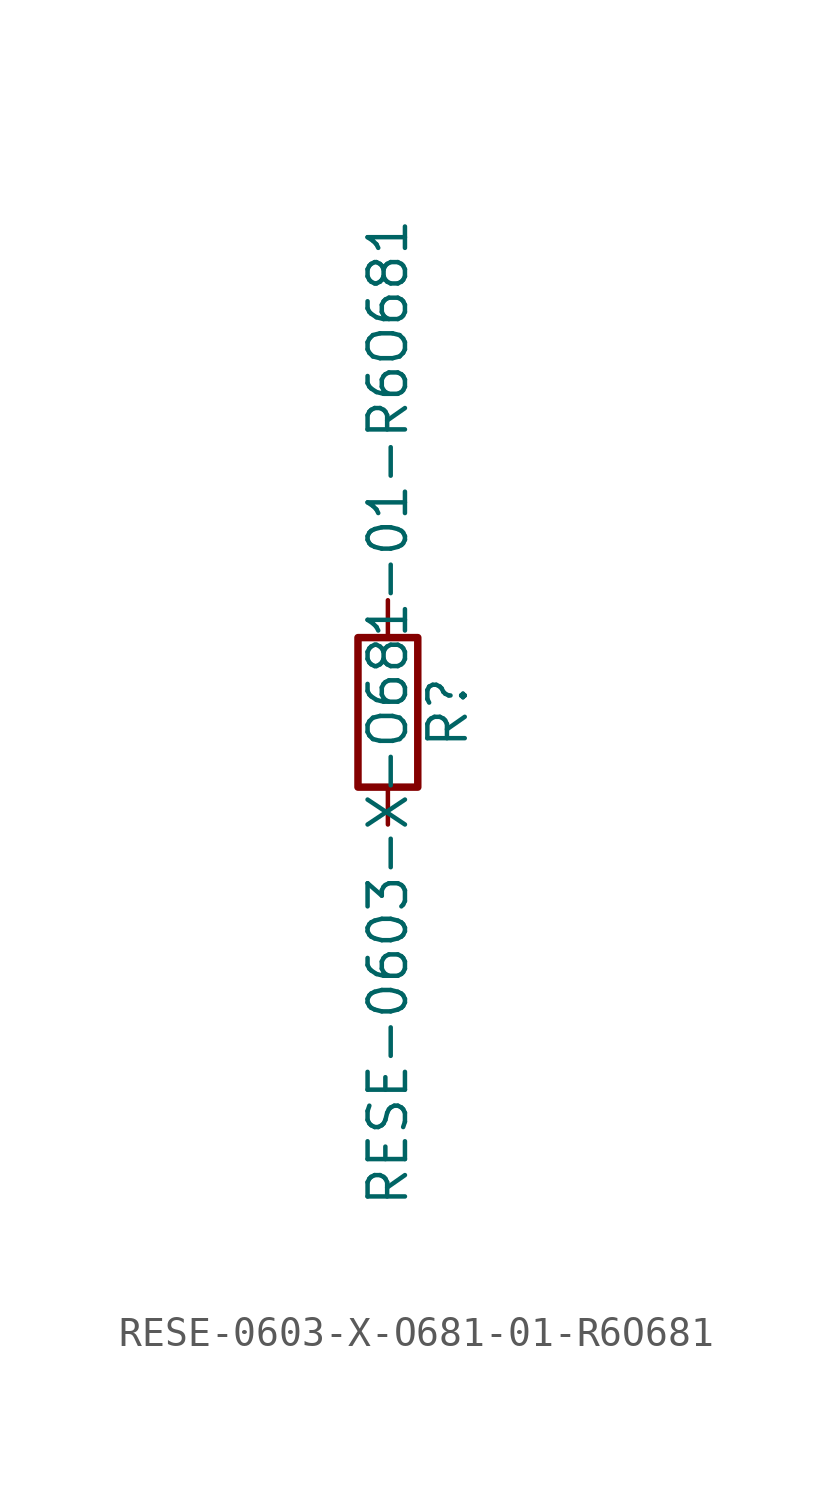
<source format=kicad_sym>
(kicad_symbol_lib
  (version 20211014)
  (generator kicad_symbol_editor)
  (symbol "RESE-0603-X-O681-01-R6O681"
    (pin_numbers hide)
    (pin_names
      (offset 0))
    (property "Reference" "R"
      (at 2.032 0 90)
      (effects (font (size 1.27 1.27))))
    (property "Value" "RESE-0603-X-O681-01-R6O681"
      (at 0 0 90)
      (effects (font (size 1.27 1.27))))
    (symbol "RESE-0603-X-O681-01-R6O681_0_1"
      (rectangle (start -1.016 -2.54) (end 1.016 2.54) (stroke (width 0.254) (type default) (color 0 0 0 0)) (fill (type none))))
    (symbol "RESE-0603-X-O681-01-R6O681_1_1"
      (pin passive line (at 0 3.81 270) (length 1.27) (name "~" (effects (font (size 1.27 1.27)))) (number "1" (effects (font (size 1.27 1.27)))))
      (pin passive line (at 0 -3.81 90) (length 1.27) (name "~" (effects (font (size 1.27 1.27)))) (number "2" (effects (font (size 1.27 1.27))))))))
</source>
